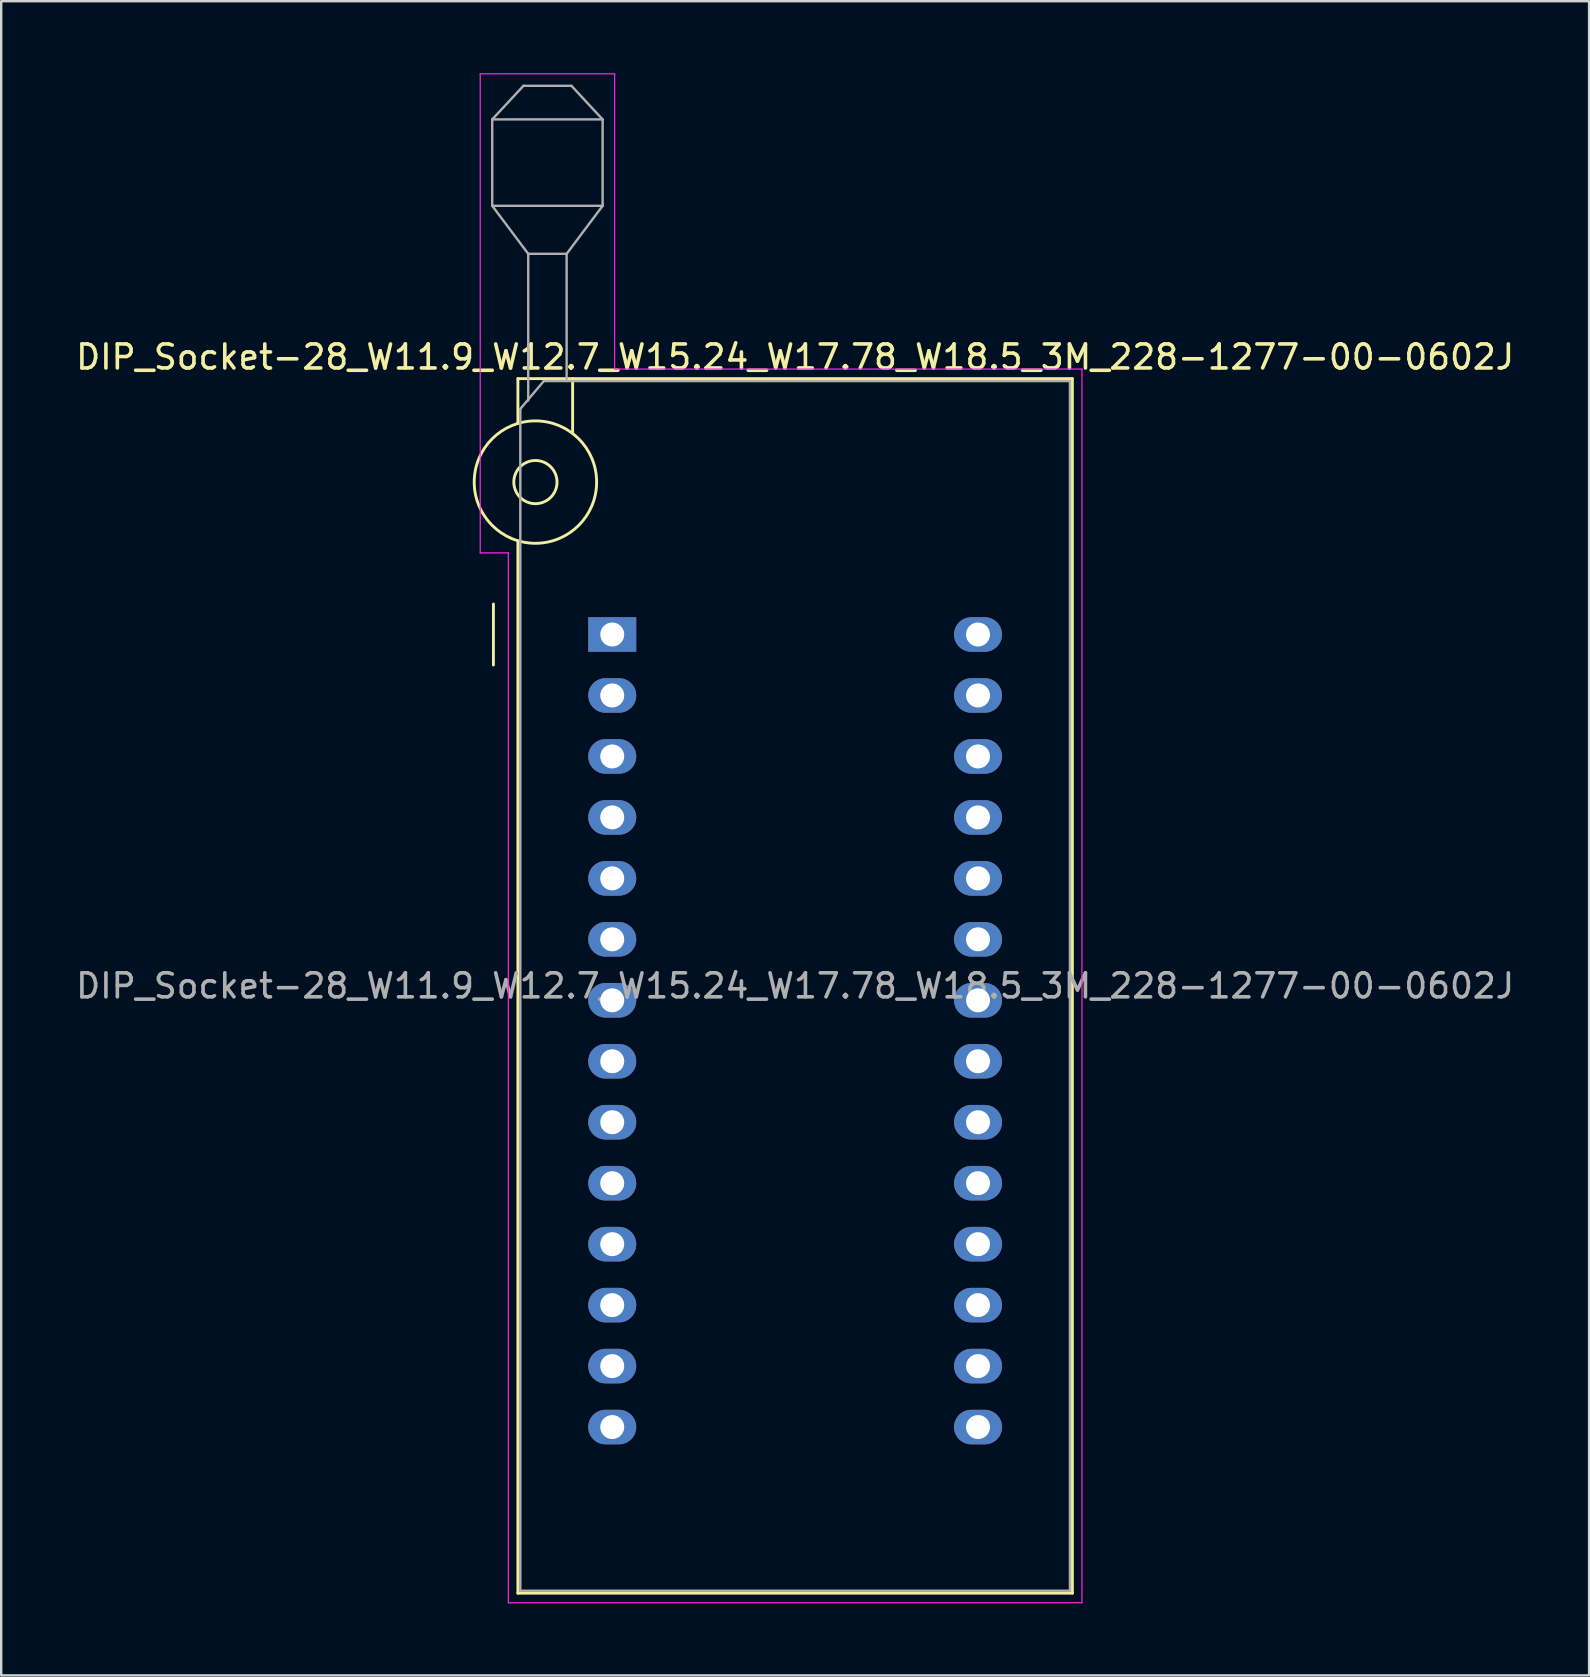
<source format=kicad_pcb>
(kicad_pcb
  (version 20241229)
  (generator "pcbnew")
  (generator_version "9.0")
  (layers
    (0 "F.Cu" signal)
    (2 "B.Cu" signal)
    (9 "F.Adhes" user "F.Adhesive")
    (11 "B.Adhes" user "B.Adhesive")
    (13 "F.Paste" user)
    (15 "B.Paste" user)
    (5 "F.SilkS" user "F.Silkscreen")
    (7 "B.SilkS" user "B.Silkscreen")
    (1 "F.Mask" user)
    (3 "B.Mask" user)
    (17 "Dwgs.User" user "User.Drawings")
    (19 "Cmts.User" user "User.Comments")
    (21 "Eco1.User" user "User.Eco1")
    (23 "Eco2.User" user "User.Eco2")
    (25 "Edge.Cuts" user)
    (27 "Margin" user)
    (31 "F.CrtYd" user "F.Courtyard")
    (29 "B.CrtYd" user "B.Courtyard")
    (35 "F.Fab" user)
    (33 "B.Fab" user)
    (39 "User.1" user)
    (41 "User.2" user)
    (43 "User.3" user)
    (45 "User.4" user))
  (footprint "DIP_Socket-28_W11.9_W12.7_W15.24_W17.78_W18.5_3M_228-1277-00-0602J"
    (layer "F.Cu")
    (at 22.457 23.385)
    (property "Reference" "DIP_Socket-28_W11.9_W12.7_W15.24_W17.78_W18.5_3M_228-1277-00-0602J" (at 7.62 -11.56 0) (layer "F.SilkS") (effects (font (size 1 1) (thickness 0.15))))
    (attr through_hole)
    (fp_line (start -4.95 1.27) (end -4.95 -1.27) (stroke (width 0.12) (type solid)) (layer "F.SilkS"))
    (fp_line (start -3.93 -10.66) (end -3.93 -8.8) (stroke (width 0.12) (type solid)) (layer "F.SilkS"))
    (fp_line (start -3.93 -3.9) (end -3.93 39.94) (stroke (width 0.12) (type solid)) (layer "F.SilkS"))
    (fp_line (start -3.93 39.94) (end 19.17 39.94) (stroke (width 0.12) (type solid)) (layer "F.SilkS"))
    (fp_line (start -1.65 -10.66) (end -1.65 -8.4) (stroke (width 0.12) (type solid)) (layer "F.SilkS"))
    (fp_line (start 19.17 -10.66) (end -3.93 -10.66) (stroke (width 0.12) (type solid)) (layer "F.SilkS"))
    (fp_line (start 19.17 39.94) (end 19.17 -10.66) (stroke (width 0.12) (type solid)) (layer "F.SilkS"))
    (fp_circle (center -3.2 -6.35) (end -2.3 -6.35) (stroke (width 0.12) (type solid)) (fill no) (layer "F.SilkS"))
    (fp_circle (center -3.2 -6.35) (end -0.65 -6.35) (stroke (width 0.12) (type solid)) (fill no) (layer "F.SilkS"))
    (fp_line (start -5.5 -23.36) (end 0.1 -23.36) (stroke (width 0.05) (type solid)) (layer "F.CrtYd"))
    (fp_line (start -5.5 -3.4) (end -5.5 -23.36) (stroke (width 0.05) (type solid)) (layer "F.CrtYd"))
    (fp_line (start -4.33 -3.4) (end -5.5 -3.4) (stroke (width 0.05) (type solid)) (layer "F.CrtYd"))
    (fp_line (start -4.33 40.34) (end -4.33 -3.4) (stroke (width 0.05) (type solid)) (layer "F.CrtYd"))
    (fp_line (start 0.1 -23.36) (end 0.1 -11.06) (stroke (width 0.05) (type solid)) (layer "F.CrtYd"))
    (fp_line (start 0.1 -11.06) (end 19.57 -11.06) (stroke (width 0.05) (type solid)) (layer "F.CrtYd"))
    (fp_line (start 19.57 -11.06) (end 19.57 40.34) (stroke (width 0.05) (type solid)) (layer "F.CrtYd"))
    (fp_line (start 19.57 40.34) (end -4.33 40.34) (stroke (width 0.05) (type solid)) (layer "F.CrtYd"))
    (fp_line (start -5 -21.46) (end -5 -17.86) (stroke (width 0.1) (type solid)) (layer "F.Fab"))
    (fp_line (start -5 -21.46) (end -3.7 -22.86) (stroke (width 0.1) (type solid)) (layer "F.Fab"))
    (fp_line (start -5 -17.86) (end -3.5 -15.86) (stroke (width 0.1) (type solid)) (layer "F.Fab"))
    (fp_line (start -5 -17.86) (end -0.4 -17.86) (stroke (width 0.1) (type solid)) (layer "F.Fab"))
    (fp_line (start -3.83 -9.4) (end -2.85 -10.56) (stroke (width 0.1) (type solid)) (layer "F.Fab"))
    (fp_line (start -3.83 39.84) (end -3.83 -9.4) (stroke (width 0.1) (type solid)) (layer "F.Fab"))
    (fp_line (start -3.7 -22.86) (end -1.7 -22.86) (stroke (width 0.1) (type solid)) (layer "F.Fab"))
    (fp_line (start -3.5 -15.86) (end -1.9 -15.86) (stroke (width 0.1) (type solid)) (layer "F.Fab"))
    (fp_line (start -3.5 -9.75) (end -3.5 -15.86) (stroke (width 0.1) (type solid)) (layer "F.Fab"))
    (fp_line (start -2.85 -10.56) (end 19.07 -10.56) (stroke (width 0.1) (type solid)) (layer "F.Fab"))
    (fp_line (start -1.9 -15.86) (end -1.9 -10.56) (stroke (width 0.1) (type solid)) (layer "F.Fab"))
    (fp_line (start -1.7 -22.86) (end -0.4 -21.46) (stroke (width 0.1) (type solid)) (layer "F.Fab"))
    (fp_line (start -0.4 -21.46) (end -5 -21.46) (stroke (width 0.1) (type solid)) (layer "F.Fab"))
    (fp_line (start -0.4 -17.86) (end -1.9 -15.86) (stroke (width 0.1) (type solid)) (layer "F.Fab"))
    (fp_line (start -0.4 -17.86) (end -0.4 -21.46) (stroke (width 0.1) (type solid)) (layer "F.Fab"))
    (fp_line (start 19.07 -10.56) (end 19.07 39.84) (stroke (width 0.1) (type solid)) (layer "F.Fab"))
    (fp_line (start 19.07 39.84) (end -3.83 39.84) (stroke (width 0.1) (type solid)) (layer "F.Fab"))
    (fp_text user "${REFERENCE}" (at 7.62 14.64 0) (layer "F.Fab") (effects (font (size 1 1) (thickness 0.15))))
    (pad "1" thru_hole rect (at 0 0) (size 2 1.44) (drill 1) (layers "*.Cu" "*.Mask"))
    (pad "2" thru_hole oval (at 0 2.54) (size 2 1.44) (drill 1) (layers "*.Cu" "*.Mask"))
    (pad "3" thru_hole oval (at 0 5.08) (size 2 1.44) (drill 1) (layers "*.Cu" "*.Mask"))
    (pad "4" thru_hole oval (at 0 7.62) (size 2 1.44) (drill 1) (layers "*.Cu" "*.Mask"))
    (pad "5" thru_hole oval (at 0 10.16) (size 2 1.44) (drill 1) (layers "*.Cu" "*.Mask"))
    (pad "6" thru_hole oval (at 0 12.7) (size 2 1.44) (drill 1) (layers "*.Cu" "*.Mask"))
    (pad "7" thru_hole oval (at 0 15.24) (size 2 1.44) (drill 1) (layers "*.Cu" "*.Mask"))
    (pad "8" thru_hole oval (at 0 17.78) (size 2 1.44) (drill 1) (layers "*.Cu" "*.Mask"))
    (pad "9" thru_hole oval (at 0 20.32) (size 2 1.44) (drill 1) (layers "*.Cu" "*.Mask"))
    (pad "10" thru_hole oval (at 0 22.86) (size 2 1.44) (drill 1) (layers "*.Cu" "*.Mask"))
    (pad "11" thru_hole oval (at 0 25.4) (size 2 1.44) (drill 1) (layers "*.Cu" "*.Mask"))
    (pad "12" thru_hole oval (at 0 27.94) (size 2 1.44) (drill 1) (layers "*.Cu" "*.Mask"))
    (pad "13" thru_hole oval (at 0 30.48) (size 2 1.44) (drill 1) (layers "*.Cu" "*.Mask"))
    (pad "14" thru_hole oval (at 0 33.02) (size 2 1.44) (drill 1) (layers "*.Cu" "*.Mask"))
    (pad "15" thru_hole oval (at 15.24 33.02) (size 2 1.44) (drill 1) (layers "*.Cu" "*.Mask"))
    (pad "16" thru_hole oval (at 15.24 30.48) (size 2 1.44) (drill 1) (layers "*.Cu" "*.Mask"))
    (pad "17" thru_hole oval (at 15.24 27.94) (size 2 1.44) (drill 1) (layers "*.Cu" "*.Mask"))
    (pad "18" thru_hole oval (at 15.24 25.4) (size 2 1.44) (drill 1) (layers "*.Cu" "*.Mask"))
    (pad "19" thru_hole oval (at 15.24 22.86) (size 2 1.44) (drill 1) (layers "*.Cu" "*.Mask"))
    (pad "20" thru_hole oval (at 15.24 20.32) (size 2 1.44) (drill 1) (layers "*.Cu" "*.Mask"))
    (pad "21" thru_hole oval (at 15.24 17.78) (size 2 1.44) (drill 1) (layers "*.Cu" "*.Mask"))
    (pad "22" thru_hole oval (at 15.24 15.24) (size 2 1.44) (drill 1) (layers "*.Cu" "*.Mask"))
    (pad "23" thru_hole oval (at 15.24 12.7) (size 2 1.44) (drill 1) (layers "*.Cu" "*.Mask"))
    (pad "24" thru_hole oval (at 15.24 10.16) (size 2 1.44) (drill 1) (layers "*.Cu" "*.Mask"))
    (pad "25" thru_hole oval (at 15.24 7.62) (size 2 1.44) (drill 1) (layers "*.Cu" "*.Mask"))
    (pad "26" thru_hole oval (at 15.24 5.08) (size 2 1.44) (drill 1) (layers "*.Cu" "*.Mask"))
    (pad "27" thru_hole oval (at 15.24 2.54) (size 2 1.44) (drill 1) (layers "*.Cu" "*.Mask"))
    (pad "28" thru_hole oval (at 15.24 0) (size 2 1.44) (drill 1) (layers "*.Cu" "*.Mask")))
  (gr_rect
    (start -3 -3)
    (end 63.155 66.75)
    (stroke (width 0.1) (type default))
    (fill no)
    (layer "Edge.Cuts")))
</source>
